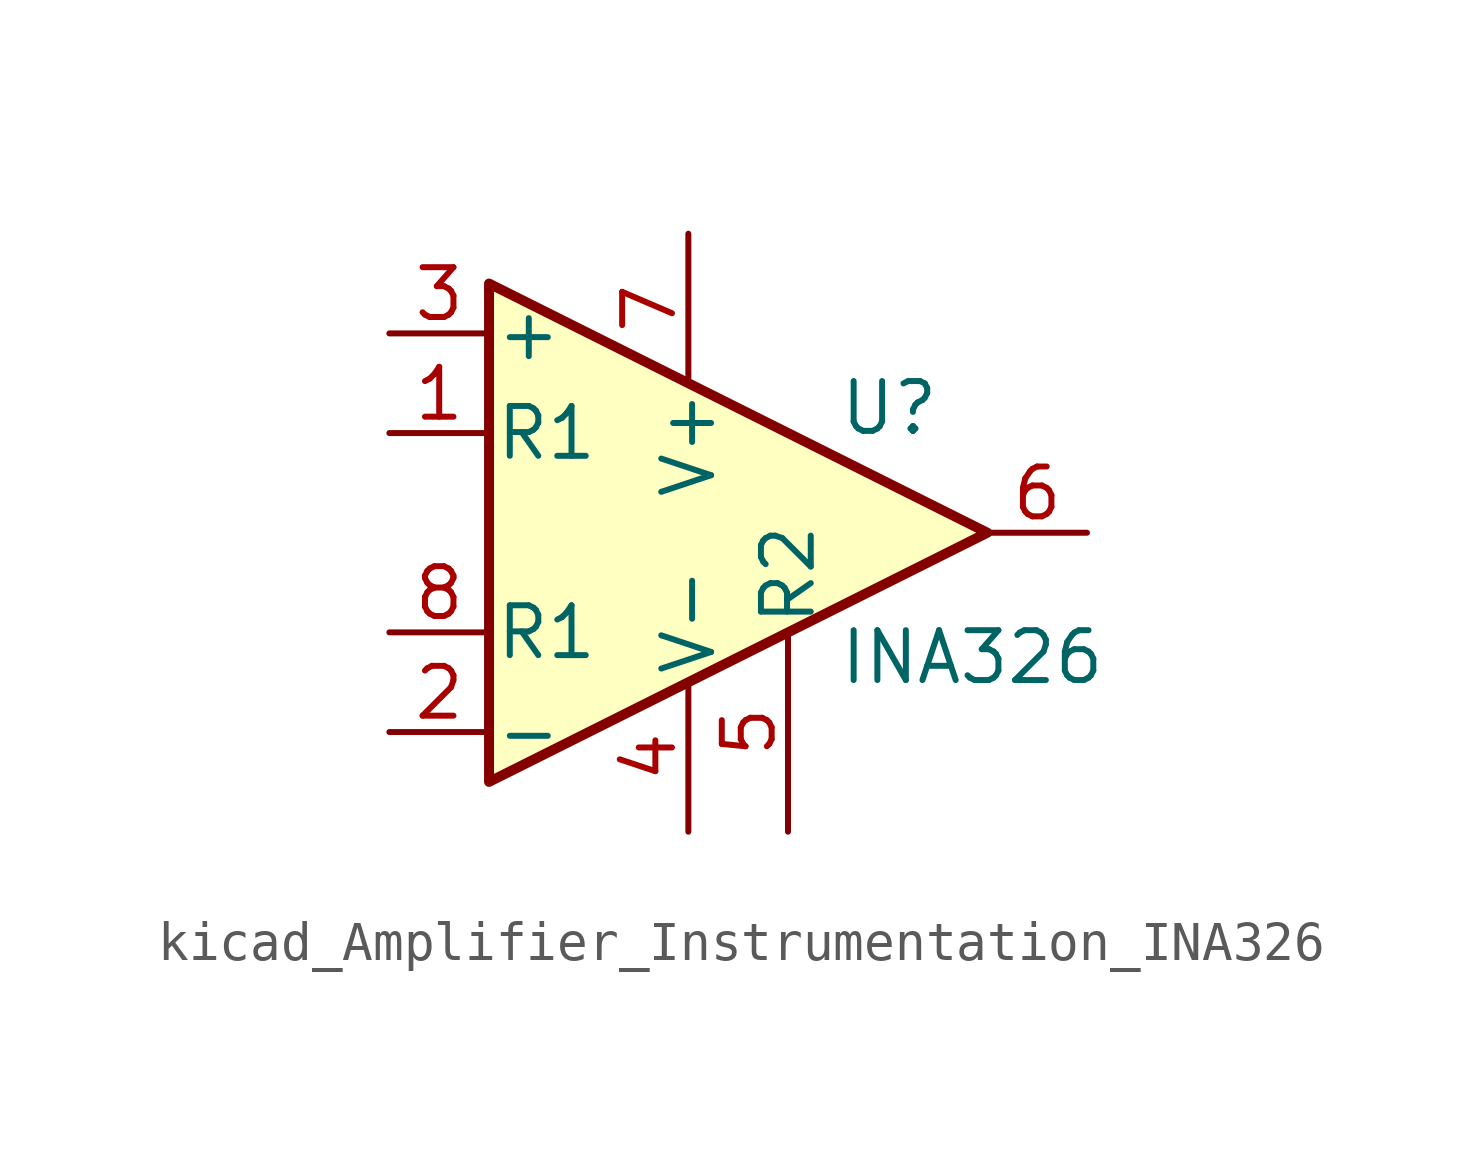
<source format=kicad_sym>
(kicad_symbol_lib
  (version 20220914)
  (generator kicad_symbol_editor)
  (symbol "kicad_Amplifier_Instrumentation_INA326"
    (pin_names
      (offset 0.127))
    (property "Reference" "U"
      (at 3.81 3.175 0)
      (effects (font (size 1.27 1.27)) (justify left)))
    (property "Value" "INA326"
      (at 3.81 -3.175 0)
      (effects (font (size 1.27 1.27)) (justify left)))
    (symbol "kicad_Amplifier_Instrumentation_INA326_0_1"
      (polyline (pts (xy 7.62 0) (xy -5.08 6.35) (xy -5.08 -6.35) (xy 7.62 0)) (stroke (width 0.254) (type default)) (fill (type background))))
    (symbol "kicad_Amplifier_Instrumentation_INA326_1_1"
      (pin passive line (at -7.62 2.54 0) (length 2.54) (name "R1" (effects (font (size 1.27 1.27)))) (number "1" (effects (font (size 1.27 1.27)))))
      (pin input line (at -7.62 -5.08 0) (length 2.54) (name "-" (effects (font (size 1.27 1.27)))) (number "2" (effects (font (size 1.27 1.27)))))
      (pin input line (at -7.62 5.08 0) (length 2.54) (name "+" (effects (font (size 1.27 1.27)))) (number "3" (effects (font (size 1.27 1.27)))))
      (pin power_in line (at 0 -7.62 90) (length 3.81) (name "V-" (effects (font (size 1.27 1.27)))) (number "4" (effects (font (size 1.27 1.27)))))
      (pin input line (at 2.54 -7.62 90) (length 5.08) (name "R2" (effects (font (size 1.27 1.27)))) (number "5" (effects (font (size 1.27 1.27)))))
      (pin output line (at 10.16 0 180) (length 2.54) (name "~" (effects (font (size 1.27 1.27)))) (number "6" (effects (font (size 1.27 1.27)))))
      (pin power_in line (at 0 7.62 270) (length 3.81) (name "V+" (effects (font (size 1.27 1.27)))) (number "7" (effects (font (size 1.27 1.27)))))
      (pin passive line (at -7.62 -2.54 0) (length 2.54) (name "R1" (effects (font (size 1.27 1.27)))) (number "8" (effects (font (size 1.27 1.27))))))))
</source>
